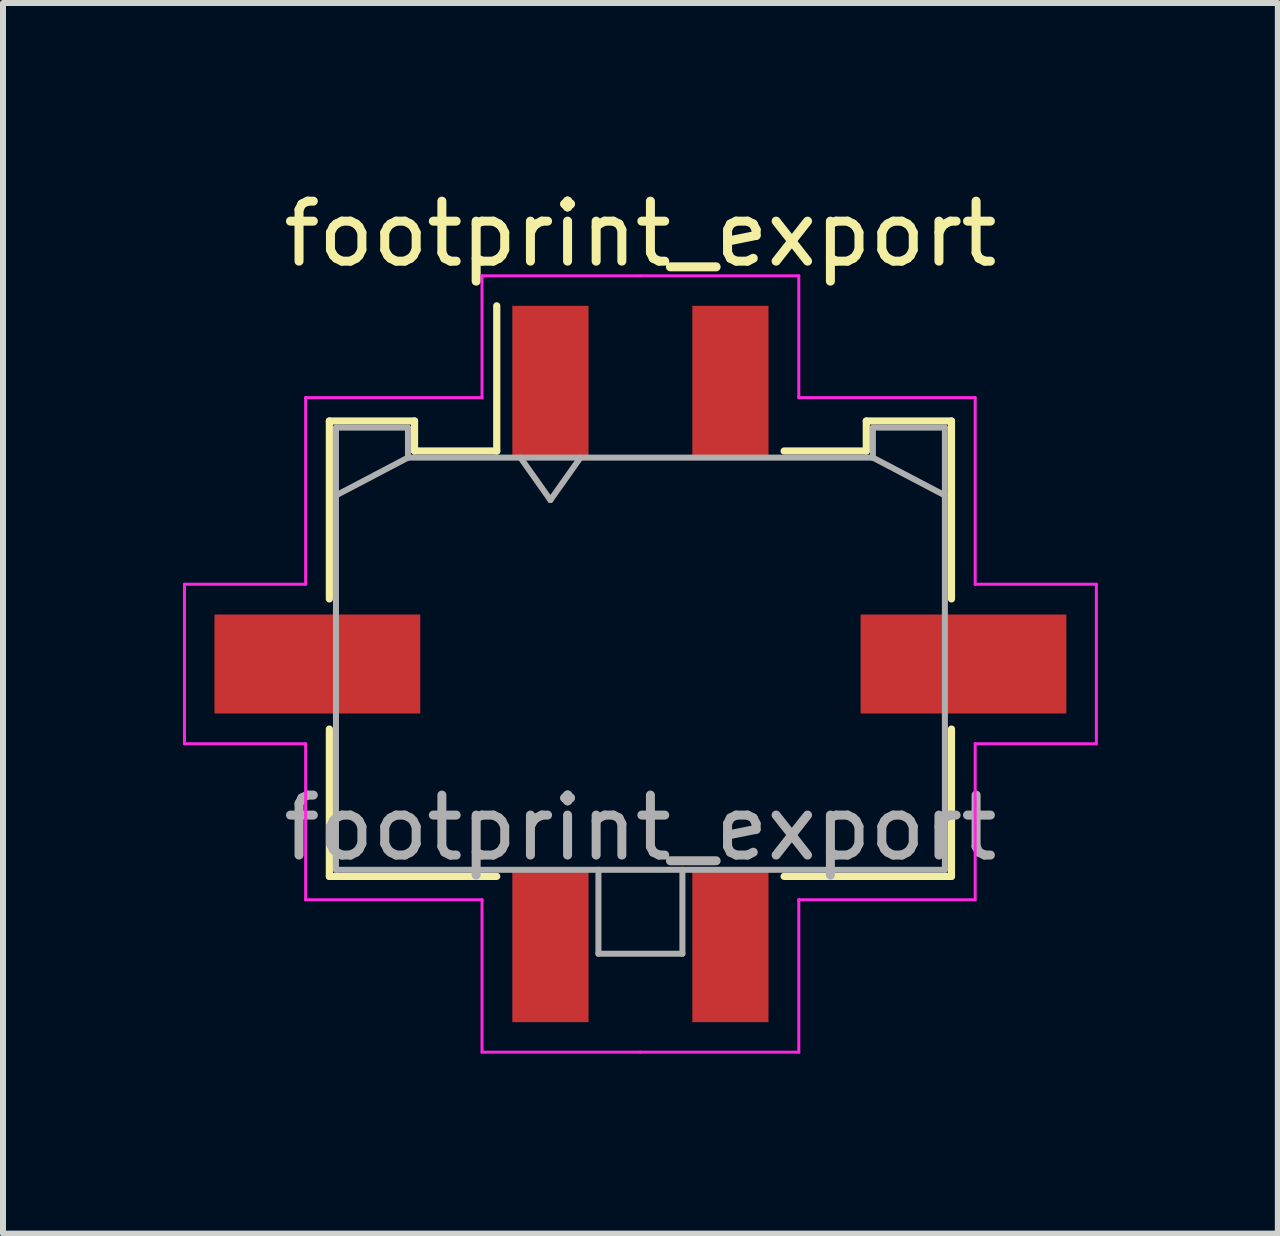
<source format=kicad_pcb>
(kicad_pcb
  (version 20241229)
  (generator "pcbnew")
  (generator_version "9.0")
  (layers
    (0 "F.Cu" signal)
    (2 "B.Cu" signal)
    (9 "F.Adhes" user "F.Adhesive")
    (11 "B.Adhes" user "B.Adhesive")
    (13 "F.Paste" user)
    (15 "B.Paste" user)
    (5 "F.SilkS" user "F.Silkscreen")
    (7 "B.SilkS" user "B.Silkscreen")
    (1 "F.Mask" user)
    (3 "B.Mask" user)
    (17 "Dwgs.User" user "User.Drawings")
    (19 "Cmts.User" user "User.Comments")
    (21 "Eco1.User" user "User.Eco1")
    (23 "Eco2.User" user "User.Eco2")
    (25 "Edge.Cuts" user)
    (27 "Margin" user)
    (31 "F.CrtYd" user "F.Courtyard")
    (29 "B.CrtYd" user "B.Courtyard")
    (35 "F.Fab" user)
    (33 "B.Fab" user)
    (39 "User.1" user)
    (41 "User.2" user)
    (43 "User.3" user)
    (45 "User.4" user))
  (footprint "footprint_export"
    (layer "F.Cu")
    (at 7.625 8.018)
    (property "Reference" "footprint_export" (at 0 -7.17 0) (layer "F.SilkS") (effects (font (size 1 1) (thickness 0.15))))
    (attr smd)
    (fp_line (start -5.185 -4.05) (end -3.765 -4.05) (stroke (width 0.12) (type solid)) (layer "F.SilkS"))
    (fp_line (start -5.185 -1.085) (end -5.185 -4.05) (stroke (width 0.12) (type solid)) (layer "F.SilkS"))
    (fp_line (start -5.185 1.085) (end -5.185 3.54) (stroke (width 0.12) (type solid)) (layer "F.SilkS"))
    (fp_line (start -5.185 3.54) (end -2.395 3.54) (stroke (width 0.12) (type solid)) (layer "F.SilkS"))
    (fp_line (start -3.765 -4.05) (end -3.765 -3.55) (stroke (width 0.12) (type solid)) (layer "F.SilkS"))
    (fp_line (start -3.765 -3.55) (end -2.395 -3.55) (stroke (width 0.12) (type solid)) (layer "F.SilkS"))
    (fp_line (start -2.395 -3.55) (end -2.395 -5.97) (stroke (width 0.12) (type solid)) (layer "F.SilkS"))
    (fp_line (start 3.765 -4.05) (end 3.765 -3.55) (stroke (width 0.12) (type solid)) (layer "F.SilkS"))
    (fp_line (start 3.765 -3.55) (end 2.395 -3.55) (stroke (width 0.12) (type solid)) (layer "F.SilkS"))
    (fp_line (start 5.185 -4.05) (end 3.765 -4.05) (stroke (width 0.12) (type solid)) (layer "F.SilkS"))
    (fp_line (start 5.185 -1.085) (end 5.185 -4.05) (stroke (width 0.12) (type solid)) (layer "F.SilkS"))
    (fp_line (start 5.185 1.085) (end 5.185 3.54) (stroke (width 0.12) (type solid)) (layer "F.SilkS"))
    (fp_line (start 5.185 3.54) (end 2.395 3.54) (stroke (width 0.12) (type solid)) (layer "F.SilkS"))
    (fp_line (start -7.6 -1.33) (end -7.6 1.33) (stroke (width 0.05) (type solid)) (layer "F.CrtYd"))
    (fp_line (start -7.6 1.33) (end -5.58 1.33) (stroke (width 0.05) (type solid)) (layer "F.CrtYd"))
    (fp_line (start -5.58 -4.44) (end -5.58 -1.33) (stroke (width 0.05) (type solid)) (layer "F.CrtYd"))
    (fp_line (start -5.58 -1.33) (end -7.6 -1.33) (stroke (width 0.05) (type solid)) (layer "F.CrtYd"))
    (fp_line (start -5.58 1.33) (end -5.58 3.93) (stroke (width 0.05) (type solid)) (layer "F.CrtYd"))
    (fp_line (start -5.58 3.93) (end -2.64 3.93) (stroke (width 0.05) (type solid)) (layer "F.CrtYd"))
    (fp_line (start -2.64 -6.47) (end -2.64 -4.44) (stroke (width 0.05) (type solid)) (layer "F.CrtYd"))
    (fp_line (start -2.64 -4.44) (end -5.58 -4.44) (stroke (width 0.05) (type solid)) (layer "F.CrtYd"))
    (fp_line (start -2.64 3.93) (end -2.64 6.47) (stroke (width 0.05) (type solid)) (layer "F.CrtYd"))
    (fp_line (start -2.64 6.47) (end 0 6.47) (stroke (width 0.05) (type solid)) (layer "F.CrtYd"))
    (fp_line (start 0 -6.47) (end -2.64 -6.47) (stroke (width 0.05) (type solid)) (layer "F.CrtYd"))
    (fp_line (start 0 -6.47) (end 2.64 -6.47) (stroke (width 0.05) (type solid)) (layer "F.CrtYd"))
    (fp_line (start 2.64 -6.47) (end 2.64 -4.44) (stroke (width 0.05) (type solid)) (layer "F.CrtYd"))
    (fp_line (start 2.64 -4.44) (end 5.58 -4.44) (stroke (width 0.05) (type solid)) (layer "F.CrtYd"))
    (fp_line (start 2.64 3.93) (end 2.64 6.47) (stroke (width 0.05) (type solid)) (layer "F.CrtYd"))
    (fp_line (start 2.64 6.47) (end 0 6.47) (stroke (width 0.05) (type solid)) (layer "F.CrtYd"))
    (fp_line (start 5.58 -4.44) (end 5.58 -1.33) (stroke (width 0.05) (type solid)) (layer "F.CrtYd"))
    (fp_line (start 5.58 -1.33) (end 7.6 -1.33) (stroke (width 0.05) (type solid)) (layer "F.CrtYd"))
    (fp_line (start 5.58 1.33) (end 5.58 3.93) (stroke (width 0.05) (type solid)) (layer "F.CrtYd"))
    (fp_line (start 5.58 3.93) (end 2.64 3.93) (stroke (width 0.05) (type solid)) (layer "F.CrtYd"))
    (fp_line (start 7.6 -1.33) (end 7.6 1.33) (stroke (width 0.05) (type solid)) (layer "F.CrtYd"))
    (fp_line (start 7.6 1.33) (end 5.58 1.33) (stroke (width 0.05) (type solid)) (layer "F.CrtYd"))
    (fp_line (start -5.075 -3.94) (end -5.075 3.43) (stroke (width 0.1) (type solid)) (layer "F.Fab"))
    (fp_line (start -5.075 -2.81) (end -3.875 -3.44) (stroke (width 0.1) (type solid)) (layer "F.Fab"))
    (fp_line (start -5.075 3.43) (end 5.075 3.43) (stroke (width 0.1) (type solid)) (layer "F.Fab"))
    (fp_line (start -3.875 -3.94) (end -5.075 -3.94) (stroke (width 0.1) (type solid)) (layer "F.Fab"))
    (fp_line (start -3.875 -3.44) (end -3.875 -3.94) (stroke (width 0.1) (type solid)) (layer "F.Fab"))
    (fp_line (start -2 -3.44) (end -1.5 -2.733) (stroke (width 0.1) (type solid)) (layer "F.Fab"))
    (fp_line (start -1.5 -2.733) (end -1 -3.44) (stroke (width 0.1) (type solid)) (layer "F.Fab"))
    (fp_line (start -0.7 3.43) (end -0.7 4.83) (stroke (width 0.1) (type solid)) (layer "F.Fab"))
    (fp_line (start -0.7 4.83) (end 0.7 4.83) (stroke (width 0.1) (type solid)) (layer "F.Fab"))
    (fp_line (start 0.7 4.83) (end 0.7 3.43) (stroke (width 0.1) (type solid)) (layer "F.Fab"))
    (fp_line (start 3.875 -3.94) (end 3.875 -3.44) (stroke (width 0.1) (type solid)) (layer "F.Fab"))
    (fp_line (start 3.875 -3.44) (end -3.875 -3.44) (stroke (width 0.1) (type solid)) (layer "F.Fab"))
    (fp_line (start 5.075 -3.94) (end 3.875 -3.94) (stroke (width 0.1) (type solid)) (layer "F.Fab"))
    (fp_line (start 5.075 -2.81) (end 3.875 -3.44) (stroke (width 0.1) (type solid)) (layer "F.Fab"))
    (fp_line (start 5.075 3.43) (end 5.075 -3.94) (stroke (width 0.1) (type solid)) (layer "F.Fab"))
    (fp_text user "${REFERENCE}" (at 0 2.73 0) (layer "F.Fab") (effects (font (size 1 1) (thickness 0.15))))
    (pad "1" smd rect (at -1.5 -4.7) (size 1.27 2.54) (layers "F.Cu" "F.Mask" "F.Paste"))
    (pad "2" smd rect (at 1.5 -4.7) (size 1.27 2.54) (layers "F.Cu" "F.Mask" "F.Paste"))
    (pad "3" smd rect (at -1.5 4.7) (size 1.27 2.54) (layers "F.Cu" "F.Mask" "F.Paste"))
    (pad "4" smd rect (at 1.5 4.7) (size 1.27 2.54) (layers "F.Cu" "F.Mask" "F.Paste"))
    (pad "MP" smd rect (at -5.385 0) (size 3.43 1.65) (layers "F.Cu" "F.Mask" "F.Paste"))
    (pad "MP" smd rect (at 5.385 0) (size 3.43 1.65) (layers "F.Cu" "F.Mask" "F.Paste")))
  (gr_rect
    (start -3 -3)
    (end 18.25 17.513)
    (stroke (width 0.1) (type default))
    (fill no)
    (layer "Edge.Cuts")))
</source>
